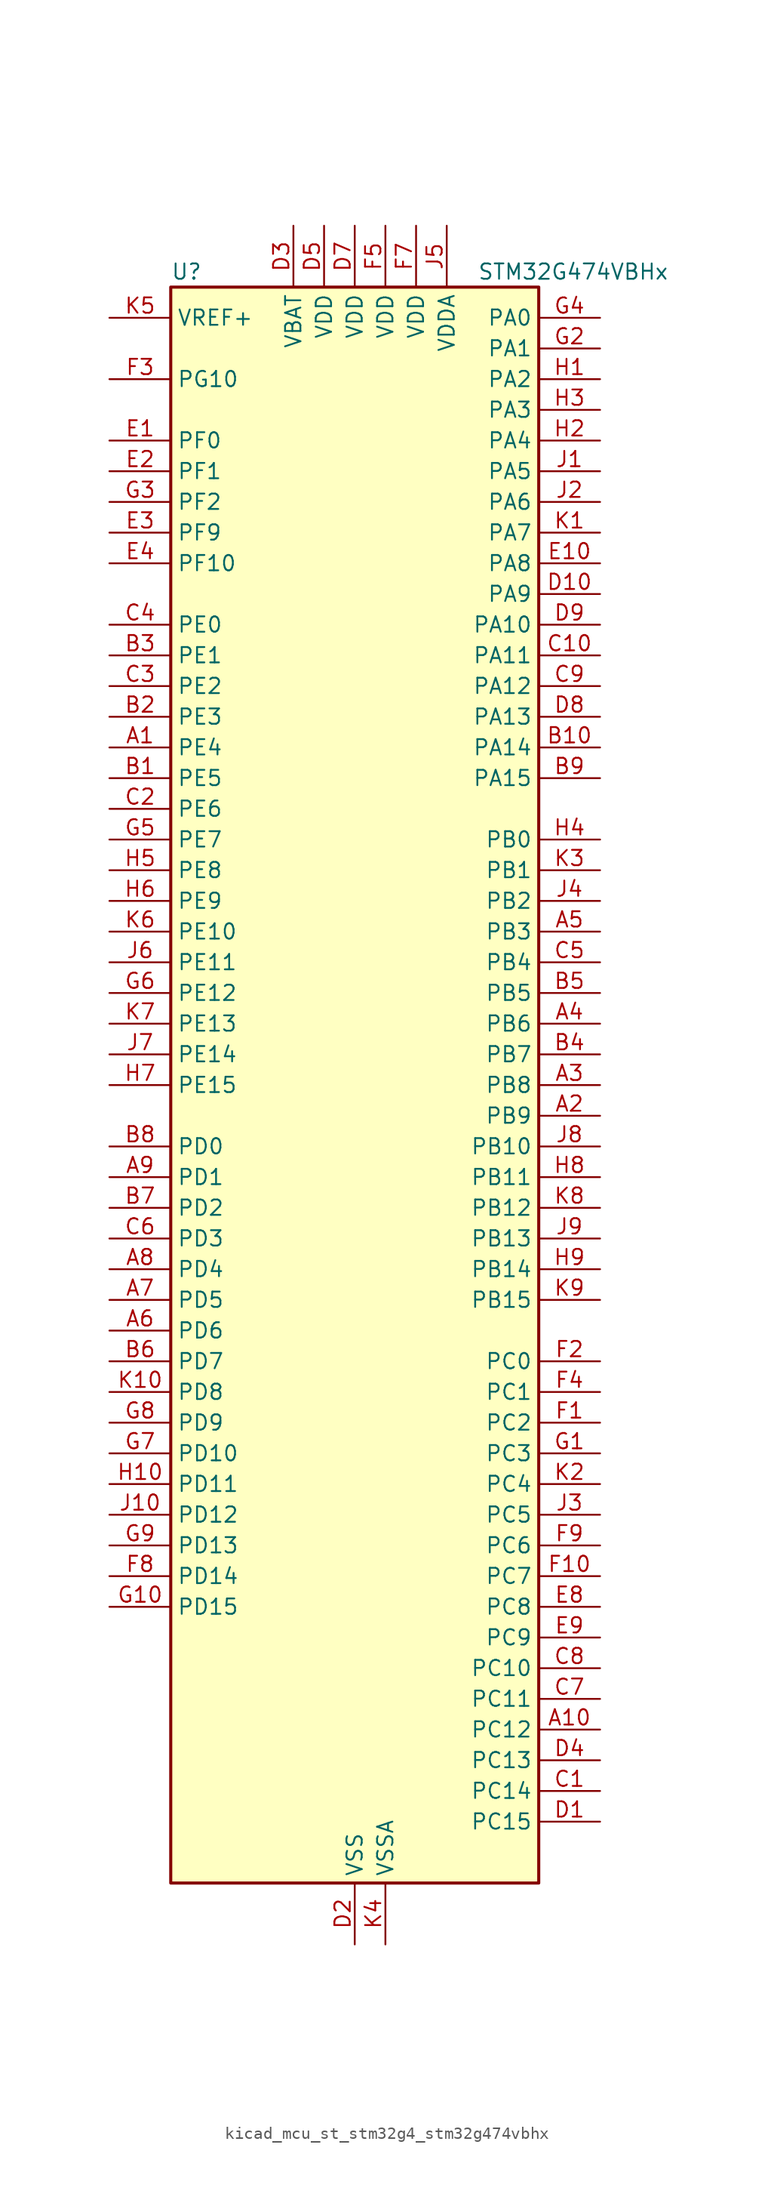
<source format=kicad_sym>
(kicad_symbol_lib
  (version 20220914)
  (generator kicad_symbol_editor)
  (symbol "kicad_mcu_st_stm32g4_stm32g474vbhx"
    (property "Reference" "U"
      (at -15.24 67.31 0)
      (effects (font (size 1.27 1.27)) (justify left)))
    (property "Value" "STM32G474VBHx"
      (at 10.16 67.31 0)
      (effects (font (size 1.27 1.27)) (justify left)))
    (property "ki_locked" ""
      (at 0 0 0)
      (effects (font (size 1.27 1.27))))
    (symbol "kicad_mcu_st_stm32g4_stm32g474vbhx_0_1"
      (rectangle (start -15.24 -66.04) (end 15.24 66.04) (stroke (width 0.254) (type default)) (fill (type background))))
    (symbol "kicad_mcu_st_stm32g4_stm32g474vbhx_1_1"
      (pin bidirectional line (at -20.32 27.94 0) (length 5.08) (name "PE4" (effects (font (size 1.27 1.27)))) (number "A1" (effects (font (size 1.27 1.27)))) (alternate "FMC_A20" bidirectional line) (alternate "SAI1_D2" bidirectional line) (alternate "SAI1_FS_A" bidirectional line) (alternate "SPI4_NSS" bidirectional line) (alternate "SYS_TRACED1" bidirectional line) (alternate "TIM20_CH1N" bidirectional line) (alternate "TIM3_CH3" bidirectional line))
      (pin bidirectional line (at 20.32 -53.34 180) (length 5.08) (name "PC12" (effects (font (size 1.27 1.27)))) (number "A10" (effects (font (size 1.27 1.27)))) (alternate "HRTIM1_EEV1" bidirectional line) (alternate "I2S3_SD" bidirectional line) (alternate "SPI3_MOSI" bidirectional line) (alternate "TIM5_CH2" bidirectional line) (alternate "TIM8_CH3N" bidirectional line) (alternate "UART5_TX" bidirectional line) (alternate "UCPD1_FRSTX1" bidirectional line) (alternate "UCPD1_FRSTX2" bidirectional line) (alternate "USART3_CK" bidirectional line))
      (pin bidirectional line (at 20.32 -2.54 180) (length 5.08) (name "PB9" (effects (font (size 1.27 1.27)))) (number "A2" (effects (font (size 1.27 1.27)))) (alternate "COMP2_OUT" bidirectional line) (alternate "DAC1_EXTI9" bidirectional line) (alternate "DAC2_EXTI9" bidirectional line) (alternate "DAC3_EXTI9" bidirectional line) (alternate "DAC4_EXTI9" bidirectional line) (alternate "FDCAN1_TX" bidirectional line) (alternate "HRTIM1_EEV5" bidirectional line) (alternate "I2C1_SDA" bidirectional line) (alternate "IR_OUT" bidirectional line) (alternate "SAI1_D2" bidirectional line) (alternate "SAI1_FS_A" bidirectional line) (alternate "TIM17_CH1" bidirectional line) (alternate "TIM1_CH3N" bidirectional line) (alternate "TIM4_CH4" bidirectional line) (alternate "TIM8_CH3" bidirectional line) (alternate "USART3_TX" bidirectional line))
      (pin bidirectional line (at 20.32 0 180) (length 5.08) (name "PB8" (effects (font (size 1.27 1.27)))) (number "A3" (effects (font (size 1.27 1.27)))) (alternate "COMP1_OUT" bidirectional line) (alternate "FDCAN1_RX" bidirectional line) (alternate "HRTIM1_EEV8" bidirectional line) (alternate "I2C1_SCL" bidirectional line) (alternate "SAI1_CK1" bidirectional line) (alternate "SAI1_MCLK_A" bidirectional line) (alternate "TIM16_CH1" bidirectional line) (alternate "TIM1_BKIN" bidirectional line) (alternate "TIM4_CH3" bidirectional line) (alternate "TIM8_CH2" bidirectional line) (alternate "USART3_RX" bidirectional line))
      (pin bidirectional line (at 20.32 5.08 180) (length 5.08) (name "PB6" (effects (font (size 1.27 1.27)))) (number "A4" (effects (font (size 1.27 1.27)))) (alternate "COMP4_OUT" bidirectional line) (alternate "FDCAN2_TX" bidirectional line) (alternate "HRTIM1_EEV4" bidirectional line) (alternate "HRTIM1_SCIN" bidirectional line) (alternate "LPTIM1_ETR" bidirectional line) (alternate "SAI1_FS_B" bidirectional line) (alternate "TIM16_CH1N" bidirectional line) (alternate "TIM4_CH1" bidirectional line) (alternate "TIM8_BKIN2" bidirectional line) (alternate "TIM8_CH1" bidirectional line) (alternate "TIM8_ETR" bidirectional line) (alternate "UCPD1_CC1" bidirectional line) (alternate "USART1_TX" bidirectional line))
      (pin bidirectional line (at 20.32 12.7 180) (length 5.08) (name "PB3" (effects (font (size 1.27 1.27)))) (number "A5" (effects (font (size 1.27 1.27)))) (alternate "ADC3_EXTI3" bidirectional line) (alternate "ADC4_EXTI3" bidirectional line) (alternate "ADC5_EXTI3" bidirectional line) (alternate "CRS_SYNC" bidirectional line) (alternate "FDCAN3_RX" bidirectional line) (alternate "HRTIM1_EEV9" bidirectional line) (alternate "HRTIM1_SCOUT" bidirectional line) (alternate "I2S3_CK" bidirectional line) (alternate "SAI1_SCK_B" bidirectional line) (alternate "SPI1_SCK" bidirectional line) (alternate "SPI3_SCK" bidirectional line) (alternate "SYS_JTDO-SWO" bidirectional line) (alternate "TIM2_CH2" bidirectional line) (alternate "TIM3_ETR" bidirectional line) (alternate "TIM4_ETR" bidirectional line) (alternate "TIM8_CH1N" bidirectional line) (alternate "USART2_TX" bidirectional line))
      (pin bidirectional line (at -20.32 -20.32 0) (length 5.08) (name "PD6" (effects (font (size 1.27 1.27)))) (number "A6" (effects (font (size 1.27 1.27)))) (alternate "FMC_NWAIT" bidirectional line) (alternate "QUADSPI1_BK2_IO2" bidirectional line) (alternate "SAI1_D1" bidirectional line) (alternate "SAI1_SD_A" bidirectional line) (alternate "TIM2_CH4" bidirectional line) (alternate "USART2_RX" bidirectional line))
      (pin bidirectional line (at -20.32 -17.78 0) (length 5.08) (name "PD5" (effects (font (size 1.27 1.27)))) (number "A7" (effects (font (size 1.27 1.27)))) (alternate "FMC_NWE" bidirectional line) (alternate "QUADSPI1_BK2_IO1" bidirectional line) (alternate "USART2_TX" bidirectional line))
      (pin bidirectional line (at -20.32 -15.24 0) (length 5.08) (name "PD4" (effects (font (size 1.27 1.27)))) (number "A8" (effects (font (size 1.27 1.27)))) (alternate "FMC_NOE" bidirectional line) (alternate "QUADSPI1_BK2_IO0" bidirectional line) (alternate "TIM2_CH2" bidirectional line) (alternate "USART2_DE" bidirectional line) (alternate "USART2_RTS" bidirectional line))
      (pin bidirectional line (at -20.32 -7.62 0) (length 5.08) (name "PD1" (effects (font (size 1.27 1.27)))) (number "A9" (effects (font (size 1.27 1.27)))) (alternate "FDCAN1_TX" bidirectional line) (alternate "FMC_D3" bidirectional line) (alternate "FMC_DA3" bidirectional line) (alternate "TIM8_BKIN2" bidirectional line) (alternate "TIM8_CH4" bidirectional line))
      (pin bidirectional line (at -20.32 25.4 0) (length 5.08) (name "PE5" (effects (font (size 1.27 1.27)))) (number "B1" (effects (font (size 1.27 1.27)))) (alternate "FMC_A21" bidirectional line) (alternate "SAI1_CK2" bidirectional line) (alternate "SAI1_SCK_A" bidirectional line) (alternate "SPI4_MISO" bidirectional line) (alternate "SYS_TRACED2" bidirectional line) (alternate "TIM20_CH2N" bidirectional line) (alternate "TIM3_CH4" bidirectional line))
      (pin bidirectional line (at 20.32 27.94 180) (length 5.08) (name "PA14" (effects (font (size 1.27 1.27)))) (number "B10" (effects (font (size 1.27 1.27)))) (alternate "I2C1_SDA" bidirectional line) (alternate "I2C4_SMBA" bidirectional line) (alternate "LPTIM1_OUT" bidirectional line) (alternate "SAI1_FS_B" bidirectional line) (alternate "SYS_JTCK-SWCLK" bidirectional line) (alternate "TIM1_BKIN" bidirectional line) (alternate "TIM8_CH2" bidirectional line) (alternate "USART2_TX" bidirectional line))
      (pin bidirectional line (at -20.32 30.48 0) (length 5.08) (name "PE3" (effects (font (size 1.27 1.27)))) (number "B2" (effects (font (size 1.27 1.27)))) (alternate "ADC3_EXTI3" bidirectional line) (alternate "ADC4_EXTI3" bidirectional line) (alternate "ADC5_EXTI3" bidirectional line) (alternate "FMC_A19" bidirectional line) (alternate "SAI1_SD_B" bidirectional line) (alternate "SPI4_NSS" bidirectional line) (alternate "SYS_TRACED0" bidirectional line) (alternate "TIM20_CH2" bidirectional line) (alternate "TIM3_CH2" bidirectional line))
      (pin bidirectional line (at -20.32 35.56 0) (length 5.08) (name "PE1" (effects (font (size 1.27 1.27)))) (number "B3" (effects (font (size 1.27 1.27)))) (alternate "FMC_NBL1" bidirectional line) (alternate "TIM17_CH1" bidirectional line) (alternate "TIM20_CH4" bidirectional line) (alternate "USART1_RX" bidirectional line))
      (pin bidirectional line (at 20.32 2.54 180) (length 5.08) (name "PB7" (effects (font (size 1.27 1.27)))) (number "B4" (effects (font (size 1.27 1.27)))) (alternate "COMP3_OUT" bidirectional line) (alternate "FMC_NL" bidirectional line) (alternate "HRTIM1_EEV3" bidirectional line) (alternate "I2C1_SDA" bidirectional line) (alternate "I2C4_SDA" bidirectional line) (alternate "LPTIM1_IN2" bidirectional line) (alternate "SYS_PVD_IN" bidirectional line) (alternate "TIM17_CH1N" bidirectional line) (alternate "TIM3_CH4" bidirectional line) (alternate "TIM4_CH2" bidirectional line) (alternate "TIM8_BKIN" bidirectional line) (alternate "UART4_CTS" bidirectional line) (alternate "USART1_RX" bidirectional line))
      (pin bidirectional line (at 20.32 7.62 180) (length 5.08) (name "PB5" (effects (font (size 1.27 1.27)))) (number "B5" (effects (font (size 1.27 1.27)))) (alternate "FDCAN2_RX" bidirectional line) (alternate "HRTIM1_EEV6" bidirectional line) (alternate "I2C1_SMBA" bidirectional line) (alternate "I2C3_SDA" bidirectional line) (alternate "I2S3_SD" bidirectional line) (alternate "LPTIM1_IN1" bidirectional line) (alternate "SAI1_SD_B" bidirectional line) (alternate "SPI1_MOSI" bidirectional line) (alternate "SPI3_MOSI" bidirectional line) (alternate "TIM16_BKIN" bidirectional line) (alternate "TIM17_CH1" bidirectional line) (alternate "TIM3_CH2" bidirectional line) (alternate "TIM8_CH3N" bidirectional line) (alternate "UART5_CTS" bidirectional line) (alternate "USART2_CK" bidirectional line))
      (pin bidirectional line (at -20.32 -22.86 0) (length 5.08) (name "PD7" (effects (font (size 1.27 1.27)))) (number "B6" (effects (font (size 1.27 1.27)))) (alternate "FMC_NCE" bidirectional line) (alternate "FMC_NE1" bidirectional line) (alternate "QUADSPI1_BK2_IO3" bidirectional line) (alternate "TIM2_CH3" bidirectional line) (alternate "USART2_CK" bidirectional line))
      (pin bidirectional line (at -20.32 -10.16 0) (length 5.08) (name "PD2" (effects (font (size 1.27 1.27)))) (number "B7" (effects (font (size 1.27 1.27)))) (alternate "ADC3_EXTI2" bidirectional line) (alternate "ADC4_EXTI2" bidirectional line) (alternate "ADC5_EXTI2" bidirectional line) (alternate "TIM3_ETR" bidirectional line) (alternate "TIM8_BKIN" bidirectional line) (alternate "UART5_RX" bidirectional line))
      (pin bidirectional line (at -20.32 -5.08 0) (length 5.08) (name "PD0" (effects (font (size 1.27 1.27)))) (number "B8" (effects (font (size 1.27 1.27)))) (alternate "FDCAN1_RX" bidirectional line) (alternate "FMC_D2" bidirectional line) (alternate "FMC_DA2" bidirectional line) (alternate "TIM8_CH4N" bidirectional line))
      (pin bidirectional line (at 20.32 25.4 180) (length 5.08) (name "PA15" (effects (font (size 1.27 1.27)))) (number "B9" (effects (font (size 1.27 1.27)))) (alternate "ADC1_EXTI15" bidirectional line) (alternate "ADC2_EXTI15" bidirectional line) (alternate "FDCAN3_TX" bidirectional line) (alternate "HRTIM1_FLT2" bidirectional line) (alternate "I2C1_SCL" bidirectional line) (alternate "I2S3_WS" bidirectional line) (alternate "SPI1_NSS" bidirectional line) (alternate "SPI3_NSS" bidirectional line) (alternate "SYS_JTDI" bidirectional line) (alternate "TIM1_BKIN" bidirectional line) (alternate "TIM2_CH1" bidirectional line) (alternate "TIM2_ETR" bidirectional line) (alternate "TIM8_CH1" bidirectional line) (alternate "UART4_DE" bidirectional line) (alternate "UART4_RTS" bidirectional line) (alternate "USART2_RX" bidirectional line))
      (pin bidirectional line (at 20.32 -58.42 180) (length 5.08) (name "PC14" (effects (font (size 1.27 1.27)))) (number "C1" (effects (font (size 1.27 1.27)))) (alternate "RCC_OSC32_IN" bidirectional line))
      (pin bidirectional line (at 20.32 35.56 180) (length 5.08) (name "PA11" (effects (font (size 1.27 1.27)))) (number "C10" (effects (font (size 1.27 1.27)))) (alternate "ADC1_EXTI11" bidirectional line) (alternate "ADC2_EXTI11" bidirectional line) (alternate "COMP1_OUT" bidirectional line) (alternate "FDCAN1_RX" bidirectional line) (alternate "HRTIM1_CHB2" bidirectional line) (alternate "I2S2_SD" bidirectional line) (alternate "SPI2_MOSI" bidirectional line) (alternate "TIM1_BKIN2" bidirectional line) (alternate "TIM1_CH1N" bidirectional line) (alternate "TIM1_CH4" bidirectional line) (alternate "TIM4_CH1" bidirectional line) (alternate "USART1_CTS" bidirectional line) (alternate "USART1_NSS" bidirectional line) (alternate "USB_DM" bidirectional line))
      (pin bidirectional line (at -20.32 22.86 0) (length 5.08) (name "PE6" (effects (font (size 1.27 1.27)))) (number "C2" (effects (font (size 1.27 1.27)))) (alternate "FMC_A22" bidirectional line) (alternate "RTC_TAMP3" bidirectional line) (alternate "SAI1_D1" bidirectional line) (alternate "SAI1_SD_A" bidirectional line) (alternate "SPI4_MOSI" bidirectional line) (alternate "SYS_TRACED3" bidirectional line) (alternate "SYS_WKUP3" bidirectional line) (alternate "TIM20_CH3N" bidirectional line))
      (pin bidirectional line (at -20.32 33.02 0) (length 5.08) (name "PE2" (effects (font (size 1.27 1.27)))) (number "C3" (effects (font (size 1.27 1.27)))) (alternate "ADC3_EXTI2" bidirectional line) (alternate "ADC4_EXTI2" bidirectional line) (alternate "ADC5_EXTI2" bidirectional line) (alternate "FMC_A23" bidirectional line) (alternate "SAI1_CK1" bidirectional line) (alternate "SAI1_MCLK_A" bidirectional line) (alternate "SPI4_SCK" bidirectional line) (alternate "SYS_TRACECLK" bidirectional line) (alternate "TIM20_CH1" bidirectional line) (alternate "TIM3_CH1" bidirectional line))
      (pin bidirectional line (at -20.32 38.1 0) (length 5.08) (name "PE0" (effects (font (size 1.27 1.27)))) (number "C4" (effects (font (size 1.27 1.27)))) (alternate "FMC_NBL0" bidirectional line) (alternate "TIM16_CH1" bidirectional line) (alternate "TIM20_CH4N" bidirectional line) (alternate "TIM20_ETR" bidirectional line) (alternate "TIM4_ETR" bidirectional line) (alternate "USART1_TX" bidirectional line))
      (pin bidirectional line (at 20.32 10.16 180) (length 5.08) (name "PB4" (effects (font (size 1.27 1.27)))) (number "C5" (effects (font (size 1.27 1.27)))) (alternate "FDCAN3_TX" bidirectional line) (alternate "HRTIM1_EEV7" bidirectional line) (alternate "SAI1_MCLK_B" bidirectional line) (alternate "SPI1_MISO" bidirectional line) (alternate "SPI3_MISO" bidirectional line) (alternate "SYS_JTRST" bidirectional line) (alternate "TIM16_CH1" bidirectional line) (alternate "TIM17_BKIN" bidirectional line) (alternate "TIM3_CH1" bidirectional line) (alternate "TIM8_CH2N" bidirectional line) (alternate "UART5_DE" bidirectional line) (alternate "UART5_RTS" bidirectional line) (alternate "UCPD1_CC2" bidirectional line) (alternate "USART2_RX" bidirectional line))
      (pin bidirectional line (at -20.32 -12.7 0) (length 5.08) (name "PD3" (effects (font (size 1.27 1.27)))) (number "C6" (effects (font (size 1.27 1.27)))) (alternate "ADC3_EXTI3" bidirectional line) (alternate "ADC4_EXTI3" bidirectional line) (alternate "ADC5_EXTI3" bidirectional line) (alternate "FMC_CLK" bidirectional line) (alternate "QUADSPI1_BK2_NCS" bidirectional line) (alternate "TIM2_CH1" bidirectional line) (alternate "TIM2_ETR" bidirectional line) (alternate "USART2_CTS" bidirectional line) (alternate "USART2_NSS" bidirectional line))
      (pin bidirectional line (at 20.32 -50.8 180) (length 5.08) (name "PC11" (effects (font (size 1.27 1.27)))) (number "C7" (effects (font (size 1.27 1.27)))) (alternate "ADC1_EXTI11" bidirectional line) (alternate "ADC2_EXTI11" bidirectional line) (alternate "HRTIM1_EEV2" bidirectional line) (alternate "I2C3_SDA" bidirectional line) (alternate "SPI3_MISO" bidirectional line) (alternate "TIM8_CH2N" bidirectional line) (alternate "UART4_RX" bidirectional line) (alternate "USART3_RX" bidirectional line))
      (pin bidirectional line (at 20.32 -48.26 180) (length 5.08) (name "PC10" (effects (font (size 1.27 1.27)))) (number "C8" (effects (font (size 1.27 1.27)))) (alternate "DAC1_EXTI10" bidirectional line) (alternate "DAC2_EXTI10" bidirectional line) (alternate "DAC3_EXTI10" bidirectional line) (alternate "DAC4_EXTI10" bidirectional line) (alternate "HRTIM1_FLT6" bidirectional line) (alternate "I2S3_CK" bidirectional line) (alternate "SPI3_SCK" bidirectional line) (alternate "TIM8_CH1N" bidirectional line) (alternate "UART4_TX" bidirectional line) (alternate "USART3_TX" bidirectional line))
      (pin bidirectional line (at 20.32 33.02 180) (length 5.08) (name "PA12" (effects (font (size 1.27 1.27)))) (number "C9" (effects (font (size 1.27 1.27)))) (alternate "COMP2_OUT" bidirectional line) (alternate "FDCAN1_TX" bidirectional line) (alternate "HRTIM1_FLT1" bidirectional line) (alternate "I2S_CKIN" bidirectional line) (alternate "TIM16_CH1" bidirectional line) (alternate "TIM1_CH2N" bidirectional line) (alternate "TIM1_ETR" bidirectional line) (alternate "TIM4_CH2" bidirectional line) (alternate "USART1_DE" bidirectional line) (alternate "USART1_RTS" bidirectional line) (alternate "USB_DP" bidirectional line))
      (pin bidirectional line (at 20.32 -60.96 180) (length 5.08) (name "PC15" (effects (font (size 1.27 1.27)))) (number "D1" (effects (font (size 1.27 1.27)))) (alternate "ADC1_EXTI15" bidirectional line) (alternate "ADC2_EXTI15" bidirectional line) (alternate "RCC_OSC32_OUT" bidirectional line))
      (pin bidirectional line (at 20.32 40.64 180) (length 5.08) (name "PA9" (effects (font (size 1.27 1.27)))) (number "D10" (effects (font (size 1.27 1.27)))) (alternate "ADC5_IN2" bidirectional line) (alternate "COMP5_OUT" bidirectional line) (alternate "DAC1_EXTI9" bidirectional line) (alternate "DAC2_EXTI9" bidirectional line) (alternate "DAC3_EXTI9" bidirectional line) (alternate "DAC4_EXTI9" bidirectional line) (alternate "HRTIM1_CHA2" bidirectional line) (alternate "I2C2_SCL" bidirectional line) (alternate "I2C3_SMBA" bidirectional line) (alternate "I2S3_MCK" bidirectional line) (alternate "SAI1_FS_A" bidirectional line) (alternate "TIM15_BKIN" bidirectional line) (alternate "TIM1_CH2" bidirectional line) (alternate "TIM2_CH3" bidirectional line) (alternate "UCPD1_DBCC1" bidirectional line) (alternate "USART1_TX" bidirectional line))
      (pin power_in line (at 0 -71.12 90) (length 5.08) (name "VSS" (effects (font (size 1.27 1.27)))) (number "D2" (effects (font (size 1.27 1.27)))))
      (pin power_in line (at -5.08 71.12 270) (length 5.08) (name "VBAT" (effects (font (size 1.27 1.27)))) (number "D3" (effects (font (size 1.27 1.27)))))
      (pin bidirectional line (at 20.32 -55.88 180) (length 5.08) (name "PC13" (effects (font (size 1.27 1.27)))) (number "D4" (effects (font (size 1.27 1.27)))) (alternate "RTC_OUT1" bidirectional line) (alternate "RTC_TAMP1" bidirectional line) (alternate "RTC_TS" bidirectional line) (alternate "SYS_WKUP2" bidirectional line) (alternate "TIM1_BKIN" bidirectional line) (alternate "TIM1_CH1N" bidirectional line) (alternate "TIM8_CH4N" bidirectional line))
      (pin power_in line (at -2.54 71.12 270) (length 5.08) (name "VDD" (effects (font (size 1.27 1.27)))) (number "D5" (effects (font (size 1.27 1.27)))))
      (pin passive line (at 0 -71.12 90) (length 5.08) hide (name "VSS" (effects (font (size 1.27 1.27)))) (number "D6" (effects (font (size 1.27 1.27)))))
      (pin power_in line (at 0 71.12 270) (length 5.08) (name "VDD" (effects (font (size 1.27 1.27)))) (number "D7" (effects (font (size 1.27 1.27)))))
      (pin bidirectional line (at 20.32 30.48 180) (length 5.08) (name "PA13" (effects (font (size 1.27 1.27)))) (number "D8" (effects (font (size 1.27 1.27)))) (alternate "I2C1_SCL" bidirectional line) (alternate "I2C4_SCL" bidirectional line) (alternate "IR_OUT" bidirectional line) (alternate "SAI1_SD_B" bidirectional line) (alternate "SYS_JTMS-SWDIO" bidirectional line) (alternate "TIM16_CH1N" bidirectional line) (alternate "TIM4_CH3" bidirectional line) (alternate "USART3_CTS" bidirectional line) (alternate "USART3_NSS" bidirectional line))
      (pin bidirectional line (at 20.32 38.1 180) (length 5.08) (name "PA10" (effects (font (size 1.27 1.27)))) (number "D9" (effects (font (size 1.27 1.27)))) (alternate "COMP6_OUT" bidirectional line) (alternate "CRS_SYNC" bidirectional line) (alternate "DAC1_EXTI10" bidirectional line) (alternate "DAC2_EXTI10" bidirectional line) (alternate "DAC3_EXTI10" bidirectional line) (alternate "DAC4_EXTI10" bidirectional line) (alternate "HRTIM1_CHB1" bidirectional line) (alternate "I2C2_SMBA" bidirectional line) (alternate "SAI1_D1" bidirectional line) (alternate "SAI1_SD_A" bidirectional line) (alternate "SPI2_MISO" bidirectional line) (alternate "TIM17_BKIN" bidirectional line) (alternate "TIM1_CH3" bidirectional line) (alternate "TIM2_CH4" bidirectional line) (alternate "TIM8_BKIN" bidirectional line) (alternate "UCPD1_DBCC2" bidirectional line) (alternate "USART1_RX" bidirectional line))
      (pin bidirectional line (at -20.32 53.34 0) (length 5.08) (name "PF0" (effects (font (size 1.27 1.27)))) (number "E1" (effects (font (size 1.27 1.27)))) (alternate "ADC1_IN10" bidirectional line) (alternate "I2C2_SDA" bidirectional line) (alternate "I2S2_WS" bidirectional line) (alternate "RCC_OSC_IN" bidirectional line) (alternate "SPI2_NSS" bidirectional line) (alternate "TIM1_CH3N" bidirectional line))
      (pin bidirectional line (at 20.32 43.18 180) (length 5.08) (name "PA8" (effects (font (size 1.27 1.27)))) (number "E10" (effects (font (size 1.27 1.27)))) (alternate "ADC5_IN1" bidirectional line) (alternate "COMP7_OUT" bidirectional line) (alternate "FDCAN3_RX" bidirectional line) (alternate "HRTIM1_CHA1" bidirectional line) (alternate "I2C2_SDA" bidirectional line) (alternate "I2C3_SCL" bidirectional line) (alternate "I2S2_MCK" bidirectional line) (alternate "OPAMP5_VOUT" bidirectional line) (alternate "RCC_MCO" bidirectional line) (alternate "SAI1_CK2" bidirectional line) (alternate "SAI1_SCK_A" bidirectional line) (alternate "TIM1_CH1" bidirectional line) (alternate "TIM4_ETR" bidirectional line) (alternate "USART1_CK" bidirectional line))
      (pin bidirectional line (at -20.32 50.8 0) (length 5.08) (name "PF1" (effects (font (size 1.27 1.27)))) (number "E2" (effects (font (size 1.27 1.27)))) (alternate "ADC2_IN10" bidirectional line) (alternate "COMP3_INM" bidirectional line) (alternate "I2S2_CK" bidirectional line) (alternate "RCC_OSC_OUT" bidirectional line) (alternate "SPI2_SCK" bidirectional line))
      (pin bidirectional line (at -20.32 45.72 0) (length 5.08) (name "PF9" (effects (font (size 1.27 1.27)))) (number "E3" (effects (font (size 1.27 1.27)))) (alternate "DAC1_EXTI9" bidirectional line) (alternate "DAC2_EXTI9" bidirectional line) (alternate "DAC3_EXTI9" bidirectional line) (alternate "DAC4_EXTI9" bidirectional line) (alternate "FMC_A25" bidirectional line) (alternate "QUADSPI1_BK1_IO1" bidirectional line) (alternate "SAI1_FS_B" bidirectional line) (alternate "SPI2_SCK" bidirectional line) (alternate "TIM15_CH1" bidirectional line) (alternate "TIM20_BKIN" bidirectional line) (alternate "TIM5_CH4" bidirectional line))
      (pin bidirectional line (at -20.32 43.18 0) (length 5.08) (name "PF10" (effects (font (size 1.27 1.27)))) (number "E4" (effects (font (size 1.27 1.27)))) (alternate "DAC1_EXTI10" bidirectional line) (alternate "DAC2_EXTI10" bidirectional line) (alternate "DAC3_EXTI10" bidirectional line) (alternate "DAC4_EXTI10" bidirectional line) (alternate "FMC_A0" bidirectional line) (alternate "QUADSPI1_CLK" bidirectional line) (alternate "SAI1_D3" bidirectional line) (alternate "SPI2_SCK" bidirectional line) (alternate "TIM15_CH2" bidirectional line) (alternate "TIM20_BKIN2" bidirectional line))
      (pin passive line (at 0 -71.12 90) (length 5.08) hide (name "VSS" (effects (font (size 1.27 1.27)))) (number "E5" (effects (font (size 1.27 1.27)))))
      (pin passive line (at 0 -71.12 90) (length 5.08) hide (name "VSS" (effects (font (size 1.27 1.27)))) (number "E6" (effects (font (size 1.27 1.27)))))
      (pin passive line (at 0 -71.12 90) (length 5.08) hide (name "VSS" (effects (font (size 1.27 1.27)))) (number "E7" (effects (font (size 1.27 1.27)))))
      (pin bidirectional line (at 20.32 -43.18 180) (length 5.08) (name "PC8" (effects (font (size 1.27 1.27)))) (number "E8" (effects (font (size 1.27 1.27)))) (alternate "COMP7_OUT" bidirectional line) (alternate "HRTIM1_CHE1" bidirectional line) (alternate "I2C3_SCL" bidirectional line) (alternate "TIM20_CH3" bidirectional line) (alternate "TIM3_CH3" bidirectional line) (alternate "TIM8_CH3" bidirectional line))
      (pin bidirectional line (at 20.32 -45.72 180) (length 5.08) (name "PC9" (effects (font (size 1.27 1.27)))) (number "E9" (effects (font (size 1.27 1.27)))) (alternate "DAC1_EXTI9" bidirectional line) (alternate "DAC2_EXTI9" bidirectional line) (alternate "DAC3_EXTI9" bidirectional line) (alternate "DAC4_EXTI9" bidirectional line) (alternate "HRTIM1_CHE2" bidirectional line) (alternate "I2C3_SDA" bidirectional line) (alternate "I2S_CKIN" bidirectional line) (alternate "TIM3_CH4" bidirectional line) (alternate "TIM8_BKIN2" bidirectional line) (alternate "TIM8_CH4" bidirectional line))
      (pin bidirectional line (at 20.32 -27.94 180) (length 5.08) (name "PC2" (effects (font (size 1.27 1.27)))) (number "F1" (effects (font (size 1.27 1.27)))) (alternate "ADC1_IN8" bidirectional line) (alternate "ADC2_IN8" bidirectional line) (alternate "ADC3_EXTI2" bidirectional line) (alternate "ADC4_EXTI2" bidirectional line) (alternate "ADC5_EXTI2" bidirectional line) (alternate "COMP3_OUT" bidirectional line) (alternate "LPTIM1_IN2" bidirectional line) (alternate "QUADSPI1_BK2_IO1" bidirectional line) (alternate "TIM1_CH3" bidirectional line) (alternate "TIM20_CH2" bidirectional line))
      (pin bidirectional line (at 20.32 -40.64 180) (length 5.08) (name "PC7" (effects (font (size 1.27 1.27)))) (number "F10" (effects (font (size 1.27 1.27)))) (alternate "COMP5_OUT" bidirectional line) (alternate "HRTIM1_CHF2" bidirectional line) (alternate "HRTIM1_FLT5" bidirectional line) (alternate "I2C4_SDA" bidirectional line) (alternate "I2S3_MCK" bidirectional line) (alternate "TIM3_CH2" bidirectional line) (alternate "TIM8_CH2" bidirectional line))
      (pin bidirectional line (at 20.32 -22.86 180) (length 5.08) (name "PC0" (effects (font (size 1.27 1.27)))) (number "F2" (effects (font (size 1.27 1.27)))) (alternate "ADC1_IN6" bidirectional line) (alternate "ADC2_IN6" bidirectional line) (alternate "COMP3_INM" bidirectional line) (alternate "LPTIM1_IN1" bidirectional line) (alternate "LPUART1_RX" bidirectional line) (alternate "TIM1_CH1" bidirectional line))
      (pin bidirectional line (at -20.32 58.42 0) (length 5.08) (name "PG10" (effects (font (size 1.27 1.27)))) (number "F3" (effects (font (size 1.27 1.27)))) (alternate "DAC1_EXTI10" bidirectional line) (alternate "DAC2_EXTI10" bidirectional line) (alternate "DAC3_EXTI10" bidirectional line) (alternate "DAC4_EXTI10" bidirectional line) (alternate "RCC_MCO" bidirectional line))
      (pin bidirectional line (at 20.32 -25.4 180) (length 5.08) (name "PC1" (effects (font (size 1.27 1.27)))) (number "F4" (effects (font (size 1.27 1.27)))) (alternate "ADC1_IN7" bidirectional line) (alternate "ADC2_IN7" bidirectional line) (alternate "COMP3_INP" bidirectional line) (alternate "LPTIM1_OUT" bidirectional line) (alternate "LPUART1_TX" bidirectional line) (alternate "QUADSPI1_BK2_IO0" bidirectional line) (alternate "SAI1_SD_A" bidirectional line) (alternate "TIM1_CH2" bidirectional line))
      (pin power_in line (at 2.54 71.12 270) (length 5.08) (name "VDD" (effects (font (size 1.27 1.27)))) (number "F5" (effects (font (size 1.27 1.27)))))
      (pin passive line (at 0 -71.12 90) (length 5.08) hide (name "VSS" (effects (font (size 1.27 1.27)))) (number "F6" (effects (font (size 1.27 1.27)))))
      (pin power_in line (at 5.08 71.12 270) (length 5.08) (name "VDD" (effects (font (size 1.27 1.27)))) (number "F7" (effects (font (size 1.27 1.27)))))
      (pin bidirectional line (at -20.32 -40.64 0) (length 5.08) (name "PD14" (effects (font (size 1.27 1.27)))) (number "F8" (effects (font (size 1.27 1.27)))) (alternate "ADC3_IN11" bidirectional line) (alternate "ADC4_IN11" bidirectional line) (alternate "ADC5_IN11" bidirectional line) (alternate "COMP7_INP" bidirectional line) (alternate "FMC_D0" bidirectional line) (alternate "FMC_DA0" bidirectional line) (alternate "OPAMP2_VINP" bidirectional line) (alternate "OPAMP2_VINP_SEC" bidirectional line) (alternate "TIM4_CH3" bidirectional line))
      (pin bidirectional line (at 20.32 -38.1 180) (length 5.08) (name "PC6" (effects (font (size 1.27 1.27)))) (number "F9" (effects (font (size 1.27 1.27)))) (alternate "COMP6_OUT" bidirectional line) (alternate "HRTIM1_CHF1" bidirectional line) (alternate "HRTIM1_EEV10" bidirectional line) (alternate "I2C4_SCL" bidirectional line) (alternate "I2S2_MCK" bidirectional line) (alternate "TIM3_CH1" bidirectional line) (alternate "TIM8_CH1" bidirectional line))
      (pin bidirectional line (at 20.32 -30.48 180) (length 5.08) (name "PC3" (effects (font (size 1.27 1.27)))) (number "G1" (effects (font (size 1.27 1.27)))) (alternate "ADC1_IN9" bidirectional line) (alternate "ADC2_IN9" bidirectional line) (alternate "ADC3_EXTI3" bidirectional line) (alternate "ADC4_EXTI3" bidirectional line) (alternate "ADC5_EXTI3" bidirectional line) (alternate "LPTIM1_ETR" bidirectional line) (alternate "OPAMP5_VINP" bidirectional line) (alternate "OPAMP5_VINP_SEC" bidirectional line) (alternate "QUADSPI1_BK2_IO2" bidirectional line) (alternate "SAI1_D1" bidirectional line) (alternate "SAI1_SD_A" bidirectional line) (alternate "TIM1_BKIN2" bidirectional line) (alternate "TIM1_CH4" bidirectional line))
      (pin bidirectional line (at -20.32 -43.18 0) (length 5.08) (name "PD15" (effects (font (size 1.27 1.27)))) (number "G10" (effects (font (size 1.27 1.27)))) (alternate "ADC1_EXTI15" bidirectional line) (alternate "ADC2_EXTI15" bidirectional line) (alternate "COMP7_INM" bidirectional line) (alternate "FMC_D1" bidirectional line) (alternate "FMC_DA1" bidirectional line) (alternate "SPI2_NSS" bidirectional line) (alternate "TIM4_CH4" bidirectional line))
      (pin bidirectional line (at 20.32 60.96 180) (length 5.08) (name "PA1" (effects (font (size 1.27 1.27)))) (number "G2" (effects (font (size 1.27 1.27)))) (alternate "ADC1_IN2" bidirectional line) (alternate "ADC2_IN2" bidirectional line) (alternate "COMP1_INP" bidirectional line) (alternate "OPAMP1_VINP" bidirectional line) (alternate "OPAMP1_VINP_SEC" bidirectional line) (alternate "OPAMP3_VINP" bidirectional line) (alternate "OPAMP3_VINP_SEC" bidirectional line) (alternate "OPAMP6_VINM" bidirectional line) (alternate "OPAMP6_VINM0" bidirectional line) (alternate "OPAMP6_VINM_SEC" bidirectional line) (alternate "RTC_REFIN" bidirectional line) (alternate "TIM15_CH1N" bidirectional line) (alternate "TIM2_CH2" bidirectional line) (alternate "TIM5_CH2" bidirectional line) (alternate "USART2_DE" bidirectional line) (alternate "USART2_RTS" bidirectional line))
      (pin bidirectional line (at -20.32 48.26 0) (length 5.08) (name "PF2" (effects (font (size 1.27 1.27)))) (number "G3" (effects (font (size 1.27 1.27)))) (alternate "ADC3_EXTI2" bidirectional line) (alternate "ADC4_EXTI2" bidirectional line) (alternate "ADC5_EXTI2" bidirectional line) (alternate "FMC_A2" bidirectional line) (alternate "I2C2_SMBA" bidirectional line) (alternate "TIM20_CH3" bidirectional line))
      (pin bidirectional line (at 20.32 63.5 180) (length 5.08) (name "PA0" (effects (font (size 1.27 1.27)))) (number "G4" (effects (font (size 1.27 1.27)))) (alternate "ADC1_IN1" bidirectional line) (alternate "ADC2_IN1" bidirectional line) (alternate "COMP1_INM" bidirectional line) (alternate "COMP1_OUT" bidirectional line) (alternate "COMP3_INP" bidirectional line) (alternate "RTC_TAMP2" bidirectional line) (alternate "SYS_WKUP1" bidirectional line) (alternate "TIM2_CH1" bidirectional line) (alternate "TIM2_ETR" bidirectional line) (alternate "TIM5_CH1" bidirectional line) (alternate "TIM8_BKIN" bidirectional line) (alternate "TIM8_ETR" bidirectional line) (alternate "USART2_CTS" bidirectional line) (alternate "USART2_NSS" bidirectional line))
      (pin bidirectional line (at -20.32 20.32 0) (length 5.08) (name "PE7" (effects (font (size 1.27 1.27)))) (number "G5" (effects (font (size 1.27 1.27)))) (alternate "ADC3_IN4" bidirectional line) (alternate "COMP4_INP" bidirectional line) (alternate "FMC_D4" bidirectional line) (alternate "FMC_DA4" bidirectional line) (alternate "SAI1_SD_B" bidirectional line) (alternate "TIM1_ETR" bidirectional line))
      (pin bidirectional line (at -20.32 7.62 0) (length 5.08) (name "PE12" (effects (font (size 1.27 1.27)))) (number "G6" (effects (font (size 1.27 1.27)))) (alternate "ADC3_IN16" bidirectional line) (alternate "ADC4_IN16" bidirectional line) (alternate "ADC5_IN16" bidirectional line) (alternate "FMC_D9" bidirectional line) (alternate "FMC_DA9" bidirectional line) (alternate "QUADSPI1_BK1_IO0" bidirectional line) (alternate "SPI4_SCK" bidirectional line) (alternate "TIM1_CH3N" bidirectional line))
      (pin bidirectional line (at -20.32 -30.48 0) (length 5.08) (name "PD10" (effects (font (size 1.27 1.27)))) (number "G7" (effects (font (size 1.27 1.27)))) (alternate "ADC3_IN7" bidirectional line) (alternate "ADC4_IN7" bidirectional line) (alternate "ADC5_IN7" bidirectional line) (alternate "COMP6_INM" bidirectional line) (alternate "DAC1_EXTI10" bidirectional line) (alternate "DAC2_EXTI10" bidirectional line) (alternate "DAC3_EXTI10" bidirectional line) (alternate "DAC4_EXTI10" bidirectional line) (alternate "FMC_D15" bidirectional line) (alternate "FMC_DA15" bidirectional line) (alternate "USART3_CK" bidirectional line))
      (pin bidirectional line (at -20.32 -27.94 0) (length 5.08) (name "PD9" (effects (font (size 1.27 1.27)))) (number "G8" (effects (font (size 1.27 1.27)))) (alternate "ADC4_IN13" bidirectional line) (alternate "ADC5_IN13" bidirectional line) (alternate "DAC1_EXTI9" bidirectional line) (alternate "DAC2_EXTI9" bidirectional line) (alternate "DAC3_EXTI9" bidirectional line) (alternate "DAC4_EXTI9" bidirectional line) (alternate "FMC_D14" bidirectional line) (alternate "FMC_DA14" bidirectional line) (alternate "OPAMP6_VINP" bidirectional line) (alternate "OPAMP6_VINP_SEC" bidirectional line) (alternate "USART3_RX" bidirectional line))
      (pin bidirectional line (at -20.32 -38.1 0) (length 5.08) (name "PD13" (effects (font (size 1.27 1.27)))) (number "G9" (effects (font (size 1.27 1.27)))) (alternate "ADC3_IN10" bidirectional line) (alternate "ADC4_IN10" bidirectional line) (alternate "ADC5_IN10" bidirectional line) (alternate "COMP5_INM" bidirectional line) (alternate "FMC_A18" bidirectional line) (alternate "TIM4_CH2" bidirectional line))
      (pin bidirectional line (at 20.32 58.42 180) (length 5.08) (name "PA2" (effects (font (size 1.27 1.27)))) (number "H1" (effects (font (size 1.27 1.27)))) (alternate "ADC1_IN3" bidirectional line) (alternate "ADC3_EXTI2" bidirectional line) (alternate "ADC4_EXTI2" bidirectional line) (alternate "ADC5_EXTI2" bidirectional line) (alternate "COMP2_INM" bidirectional line) (alternate "COMP2_OUT" bidirectional line) (alternate "LPUART1_TX" bidirectional line) (alternate "OPAMP1_VOUT" bidirectional line) (alternate "QUADSPI1_BK1_NCS" bidirectional line) (alternate "RCC_LSCO" bidirectional line) (alternate "SYS_WKUP4" bidirectional line) (alternate "TIM15_CH1" bidirectional line) (alternate "TIM2_CH3" bidirectional line) (alternate "TIM5_CH3" bidirectional line) (alternate "UCPD1_FRSTX1" bidirectional line) (alternate "UCPD1_FRSTX2" bidirectional line) (alternate "USART2_TX" bidirectional line))
      (pin bidirectional line (at -20.32 -33.02 0) (length 5.08) (name "PD11" (effects (font (size 1.27 1.27)))) (number "H10" (effects (font (size 1.27 1.27)))) (alternate "ADC1_EXTI11" bidirectional line) (alternate "ADC2_EXTI11" bidirectional line) (alternate "ADC3_IN8" bidirectional line) (alternate "ADC4_IN8" bidirectional line) (alternate "ADC5_IN8" bidirectional line) (alternate "COMP6_INP" bidirectional line) (alternate "FMC_A16" bidirectional line) (alternate "FMC_CLE" bidirectional line) (alternate "I2C4_SMBA" bidirectional line) (alternate "OPAMP4_VINP" bidirectional line) (alternate "OPAMP4_VINP_SEC" bidirectional line) (alternate "TIM5_ETR" bidirectional line) (alternate "USART3_CTS" bidirectional line) (alternate "USART3_NSS" bidirectional line))
      (pin bidirectional line (at 20.32 53.34 180) (length 5.08) (name "PA4" (effects (font (size 1.27 1.27)))) (number "H2" (effects (font (size 1.27 1.27)))) (alternate "ADC2_IN17" bidirectional line) (alternate "COMP1_INM" bidirectional line) (alternate "DAC1_OUT1" bidirectional line) (alternate "I2S3_WS" bidirectional line) (alternate "SAI1_FS_B" bidirectional line) (alternate "SPI1_NSS" bidirectional line) (alternate "SPI3_NSS" bidirectional line) (alternate "TIM3_CH2" bidirectional line) (alternate "USART2_CK" bidirectional line))
      (pin bidirectional line (at 20.32 55.88 180) (length 5.08) (name "PA3" (effects (font (size 1.27 1.27)))) (number "H3" (effects (font (size 1.27 1.27)))) (alternate "ADC1_IN4" bidirectional line) (alternate "ADC3_EXTI3" bidirectional line) (alternate "ADC4_EXTI3" bidirectional line) (alternate "ADC5_EXTI3" bidirectional line) (alternate "COMP2_INP" bidirectional line) (alternate "LPUART1_RX" bidirectional line) (alternate "OPAMP1_VINM" bidirectional line) (alternate "OPAMP1_VINM0" bidirectional line) (alternate "OPAMP1_VINM_SEC" bidirectional line) (alternate "OPAMP1_VINP" bidirectional line) (alternate "OPAMP1_VINP_SEC" bidirectional line) (alternate "OPAMP5_VINM" bidirectional line) (alternate "OPAMP5_VINM1" bidirectional line) (alternate "OPAMP5_VINM_SEC" bidirectional line) (alternate "QUADSPI1_CLK" bidirectional line) (alternate "SAI1_CK1" bidirectional line) (alternate "SAI1_MCLK_A" bidirectional line) (alternate "TIM15_CH2" bidirectional line) (alternate "TIM2_CH4" bidirectional line) (alternate "TIM5_CH4" bidirectional line) (alternate "USART2_RX" bidirectional line))
      (pin bidirectional line (at 20.32 20.32 180) (length 5.08) (name "PB0" (effects (font (size 1.27 1.27)))) (number "H4" (effects (font (size 1.27 1.27)))) (alternate "ADC1_IN15" bidirectional line) (alternate "ADC3_IN12" bidirectional line) (alternate "COMP4_INP" bidirectional line) (alternate "HRTIM1_FLT5" bidirectional line) (alternate "OPAMP2_VINP" bidirectional line) (alternate "OPAMP2_VINP_SEC" bidirectional line) (alternate "OPAMP3_VINP" bidirectional line) (alternate "OPAMP3_VINP_SEC" bidirectional line) (alternate "QUADSPI1_BK1_IO1" bidirectional line) (alternate "TIM1_CH2N" bidirectional line) (alternate "TIM3_CH3" bidirectional line) (alternate "TIM8_CH2N" bidirectional line) (alternate "UCPD1_FRSTX1" bidirectional line) (alternate "UCPD1_FRSTX2" bidirectional line))
      (pin bidirectional line (at -20.32 17.78 0) (length 5.08) (name "PE8" (effects (font (size 1.27 1.27)))) (number "H5" (effects (font (size 1.27 1.27)))) (alternate "ADC3_IN6" bidirectional line) (alternate "ADC4_IN6" bidirectional line) (alternate "ADC5_IN6" bidirectional line) (alternate "COMP4_INM" bidirectional line) (alternate "FMC_D5" bidirectional line) (alternate "FMC_DA5" bidirectional line) (alternate "SAI1_SCK_B" bidirectional line) (alternate "TIM1_CH1N" bidirectional line) (alternate "TIM5_CH3" bidirectional line))
      (pin bidirectional line (at -20.32 15.24 0) (length 5.08) (name "PE9" (effects (font (size 1.27 1.27)))) (number "H6" (effects (font (size 1.27 1.27)))) (alternate "ADC3_IN2" bidirectional line) (alternate "DAC1_EXTI9" bidirectional line) (alternate "DAC2_EXTI9" bidirectional line) (alternate "DAC3_EXTI9" bidirectional line) (alternate "DAC4_EXTI9" bidirectional line) (alternate "FMC_D6" bidirectional line) (alternate "FMC_DA6" bidirectional line) (alternate "SAI1_FS_B" bidirectional line) (alternate "TIM1_CH1" bidirectional line) (alternate "TIM5_CH4" bidirectional line))
      (pin bidirectional line (at -20.32 0 0) (length 5.08) (name "PE15" (effects (font (size 1.27 1.27)))) (number "H7" (effects (font (size 1.27 1.27)))) (alternate "ADC1_EXTI15" bidirectional line) (alternate "ADC2_EXTI15" bidirectional line) (alternate "ADC4_IN2" bidirectional line) (alternate "FMC_D12" bidirectional line) (alternate "FMC_DA12" bidirectional line) (alternate "QUADSPI1_BK1_IO3" bidirectional line) (alternate "TIM1_BKIN" bidirectional line) (alternate "TIM1_CH4N" bidirectional line) (alternate "USART3_RX" bidirectional line))
      (pin bidirectional line (at 20.32 -7.62 180) (length 5.08) (name "PB11" (effects (font (size 1.27 1.27)))) (number "H8" (effects (font (size 1.27 1.27)))) (alternate "ADC1_EXTI11" bidirectional line) (alternate "ADC1_IN14" bidirectional line) (alternate "ADC2_EXTI11" bidirectional line) (alternate "ADC2_IN14" bidirectional line) (alternate "COMP6_INP" bidirectional line) (alternate "HRTIM1_FLT4" bidirectional line) (alternate "LPUART1_TX" bidirectional line) (alternate "OPAMP4_VINP" bidirectional line) (alternate "OPAMP4_VINP_SEC" bidirectional line) (alternate "OPAMP6_VOUT" bidirectional line) (alternate "QUADSPI1_BK1_NCS" bidirectional line) (alternate "TIM2_CH4" bidirectional line) (alternate "USART3_RX" bidirectional line))
      (pin bidirectional line (at 20.32 -15.24 180) (length 5.08) (name "PB14" (effects (font (size 1.27 1.27)))) (number "H9" (effects (font (size 1.27 1.27)))) (alternate "ADC1_IN5" bidirectional line) (alternate "ADC4_IN4" bidirectional line) (alternate "COMP4_OUT" bidirectional line) (alternate "COMP7_INP" bidirectional line) (alternate "HRTIM1_CHD1" bidirectional line) (alternate "OPAMP2_VINP" bidirectional line) (alternate "OPAMP2_VINP_SEC" bidirectional line) (alternate "OPAMP5_VINP" bidirectional line) (alternate "OPAMP5_VINP_SEC" bidirectional line) (alternate "SPI2_MISO" bidirectional line) (alternate "TIM15_CH1" bidirectional line) (alternate "TIM1_CH2N" bidirectional line) (alternate "USART3_DE" bidirectional line) (alternate "USART3_RTS" bidirectional line))
      (pin bidirectional line (at 20.32 50.8 180) (length 5.08) (name "PA5" (effects (font (size 1.27 1.27)))) (number "J1" (effects (font (size 1.27 1.27)))) (alternate "ADC2_IN13" bidirectional line) (alternate "COMP2_INM" bidirectional line) (alternate "DAC1_OUT2" bidirectional line) (alternate "OPAMP2_VINM" bidirectional line) (alternate "OPAMP2_VINM0" bidirectional line) (alternate "OPAMP2_VINM_SEC" bidirectional line) (alternate "SPI1_SCK" bidirectional line) (alternate "TIM2_CH1" bidirectional line) (alternate "TIM2_ETR" bidirectional line) (alternate "UCPD1_FRSTX1" bidirectional line) (alternate "UCPD1_FRSTX2" bidirectional line))
      (pin bidirectional line (at -20.32 -35.56 0) (length 5.08) (name "PD12" (effects (font (size 1.27 1.27)))) (number "J10" (effects (font (size 1.27 1.27)))) (alternate "ADC3_IN9" bidirectional line) (alternate "ADC4_IN9" bidirectional line) (alternate "ADC5_IN9" bidirectional line) (alternate "COMP5_INP" bidirectional line) (alternate "FMC_A17" bidirectional line) (alternate "FMC_ALE" bidirectional line) (alternate "OPAMP5_VINP" bidirectional line) (alternate "OPAMP5_VINP_SEC" bidirectional line) (alternate "TIM4_CH1" bidirectional line) (alternate "USART3_DE" bidirectional line) (alternate "USART3_RTS" bidirectional line))
      (pin bidirectional line (at 20.32 48.26 180) (length 5.08) (name "PA6" (effects (font (size 1.27 1.27)))) (number "J2" (effects (font (size 1.27 1.27)))) (alternate "ADC2_IN3" bidirectional line) (alternate "COMP1_OUT" bidirectional line) (alternate "DAC2_OUT1" bidirectional line) (alternate "LPUART1_CTS" bidirectional line) (alternate "OPAMP2_VOUT" bidirectional line) (alternate "QUADSPI1_BK1_IO3" bidirectional line) (alternate "SPI1_MISO" bidirectional line) (alternate "TIM16_CH1" bidirectional line) (alternate "TIM1_BKIN" bidirectional line) (alternate "TIM3_CH1" bidirectional line) (alternate "TIM8_BKIN" bidirectional line))
      (pin bidirectional line (at 20.32 -35.56 180) (length 5.08) (name "PC5" (effects (font (size 1.27 1.27)))) (number "J3" (effects (font (size 1.27 1.27)))) (alternate "ADC2_IN11" bidirectional line) (alternate "HRTIM1_EEV10" bidirectional line) (alternate "OPAMP1_VINM" bidirectional line) (alternate "OPAMP1_VINM1" bidirectional line) (alternate "OPAMP1_VINM_SEC" bidirectional line) (alternate "OPAMP2_VINM" bidirectional line) (alternate "OPAMP2_VINM1" bidirectional line) (alternate "OPAMP2_VINM_SEC" bidirectional line) (alternate "SAI1_D3" bidirectional line) (alternate "SYS_WKUP5" bidirectional line) (alternate "TIM15_BKIN" bidirectional line) (alternate "TIM1_CH4N" bidirectional line) (alternate "USART1_RX" bidirectional line))
      (pin bidirectional line (at 20.32 15.24 180) (length 5.08) (name "PB2" (effects (font (size 1.27 1.27)))) (number "J4" (effects (font (size 1.27 1.27)))) (alternate "ADC2_IN12" bidirectional line) (alternate "ADC3_EXTI2" bidirectional line) (alternate "ADC4_EXTI2" bidirectional line) (alternate "ADC5_EXTI2" bidirectional line) (alternate "COMP4_INM" bidirectional line) (alternate "HRTIM1_SCIN" bidirectional line) (alternate "I2C3_SMBA" bidirectional line) (alternate "LPTIM1_OUT" bidirectional line) (alternate "OPAMP3_VINM" bidirectional line) (alternate "OPAMP3_VINM0" bidirectional line) (alternate "OPAMP3_VINM_SEC" bidirectional line) (alternate "QUADSPI1_BK2_IO1" bidirectional line) (alternate "RTC_OUT2" bidirectional line) (alternate "TIM20_CH1" bidirectional line) (alternate "TIM5_CH1" bidirectional line))
      (pin power_in line (at 7.62 71.12 270) (length 5.08) (name "VDDA" (effects (font (size 1.27 1.27)))) (number "J5" (effects (font (size 1.27 1.27)))))
      (pin bidirectional line (at -20.32 10.16 0) (length 5.08) (name "PE11" (effects (font (size 1.27 1.27)))) (number "J6" (effects (font (size 1.27 1.27)))) (alternate "ADC1_EXTI11" bidirectional line) (alternate "ADC2_EXTI11" bidirectional line) (alternate "ADC3_IN15" bidirectional line) (alternate "ADC4_IN15" bidirectional line) (alternate "ADC5_IN15" bidirectional line) (alternate "FMC_D8" bidirectional line) (alternate "FMC_DA8" bidirectional line) (alternate "QUADSPI1_BK1_NCS" bidirectional line) (alternate "SPI4_NSS" bidirectional line) (alternate "TIM1_CH2" bidirectional line))
      (pin bidirectional line (at -20.32 2.54 0) (length 5.08) (name "PE14" (effects (font (size 1.27 1.27)))) (number "J7" (effects (font (size 1.27 1.27)))) (alternate "ADC4_IN1" bidirectional line) (alternate "FMC_D11" bidirectional line) (alternate "FMC_DA11" bidirectional line) (alternate "QUADSPI1_BK1_IO2" bidirectional line) (alternate "SPI4_MOSI" bidirectional line) (alternate "TIM1_BKIN2" bidirectional line) (alternate "TIM1_CH4" bidirectional line))
      (pin bidirectional line (at 20.32 -5.08 180) (length 5.08) (name "PB10" (effects (font (size 1.27 1.27)))) (number "J8" (effects (font (size 1.27 1.27)))) (alternate "COMP5_INM" bidirectional line) (alternate "DAC1_EXTI10" bidirectional line) (alternate "DAC2_EXTI10" bidirectional line) (alternate "DAC3_EXTI10" bidirectional line) (alternate "DAC4_EXTI10" bidirectional line) (alternate "HRTIM1_FLT3" bidirectional line) (alternate "LPUART1_RX" bidirectional line) (alternate "OPAMP3_VINM" bidirectional line) (alternate "OPAMP3_VINM1" bidirectional line) (alternate "OPAMP3_VINM_SEC" bidirectional line) (alternate "OPAMP4_VINM" bidirectional line) (alternate "OPAMP4_VINM0" bidirectional line) (alternate "OPAMP4_VINM_SEC" bidirectional line) (alternate "QUADSPI1_CLK" bidirectional line) (alternate "SAI1_SCK_A" bidirectional line) (alternate "TIM1_BKIN" bidirectional line) (alternate "TIM2_CH3" bidirectional line) (alternate "USART3_TX" bidirectional line))
      (pin bidirectional line (at 20.32 -12.7 180) (length 5.08) (name "PB13" (effects (font (size 1.27 1.27)))) (number "J9" (effects (font (size 1.27 1.27)))) (alternate "ADC3_IN5" bidirectional line) (alternate "COMP5_INP" bidirectional line) (alternate "FDCAN2_TX" bidirectional line) (alternate "HRTIM1_CHC2" bidirectional line) (alternate "I2S2_CK" bidirectional line) (alternate "LPUART1_CTS" bidirectional line) (alternate "OPAMP3_VINP" bidirectional line) (alternate "OPAMP3_VINP_SEC" bidirectional line) (alternate "OPAMP4_VINP" bidirectional line) (alternate "OPAMP4_VINP_SEC" bidirectional line) (alternate "OPAMP6_VINP" bidirectional line) (alternate "OPAMP6_VINP_SEC" bidirectional line) (alternate "SPI2_SCK" bidirectional line) (alternate "TIM1_CH1N" bidirectional line) (alternate "USART3_CTS" bidirectional line) (alternate "USART3_NSS" bidirectional line))
      (pin bidirectional line (at 20.32 45.72 180) (length 5.08) (name "PA7" (effects (font (size 1.27 1.27)))) (number "K1" (effects (font (size 1.27 1.27)))) (alternate "ADC2_IN4" bidirectional line) (alternate "COMP2_INP" bidirectional line) (alternate "COMP2_OUT" bidirectional line) (alternate "OPAMP1_VINP" bidirectional line) (alternate "OPAMP1_VINP_SEC" bidirectional line) (alternate "OPAMP2_VINP" bidirectional line) (alternate "OPAMP2_VINP_SEC" bidirectional line) (alternate "QUADSPI1_BK1_IO2" bidirectional line) (alternate "SPI1_MOSI" bidirectional line) (alternate "TIM17_CH1" bidirectional line) (alternate "TIM1_CH1N" bidirectional line) (alternate "TIM3_CH2" bidirectional line) (alternate "TIM8_CH1N" bidirectional line) (alternate "UCPD1_FRSTX1" bidirectional line) (alternate "UCPD1_FRSTX2" bidirectional line))
      (pin bidirectional line (at -20.32 -25.4 0) (length 5.08) (name "PD8" (effects (font (size 1.27 1.27)))) (number "K10" (effects (font (size 1.27 1.27)))) (alternate "ADC4_IN12" bidirectional line) (alternate "ADC5_IN12" bidirectional line) (alternate "FMC_D13" bidirectional line) (alternate "FMC_DA13" bidirectional line) (alternate "OPAMP4_VINM" bidirectional line) (alternate "OPAMP4_VINM1" bidirectional line) (alternate "OPAMP4_VINM_SEC" bidirectional line) (alternate "USART3_TX" bidirectional line))
      (pin bidirectional line (at 20.32 -33.02 180) (length 5.08) (name "PC4" (effects (font (size 1.27 1.27)))) (number "K2" (effects (font (size 1.27 1.27)))) (alternate "ADC2_IN5" bidirectional line) (alternate "I2C2_SCL" bidirectional line) (alternate "QUADSPI1_BK2_IO3" bidirectional line) (alternate "TIM1_ETR" bidirectional line) (alternate "USART1_TX" bidirectional line))
      (pin bidirectional line (at 20.32 17.78 180) (length 5.08) (name "PB1" (effects (font (size 1.27 1.27)))) (number "K3" (effects (font (size 1.27 1.27)))) (alternate "ADC1_IN12" bidirectional line) (alternate "ADC3_IN1" bidirectional line) (alternate "COMP1_INP" bidirectional line) (alternate "COMP4_OUT" bidirectional line) (alternate "HRTIM1_SCOUT" bidirectional line) (alternate "LPUART1_DE" bidirectional line) (alternate "LPUART1_RTS" bidirectional line) (alternate "OPAMP3_VOUT" bidirectional line) (alternate "OPAMP6_VINM" bidirectional line) (alternate "OPAMP6_VINM1" bidirectional line) (alternate "OPAMP6_VINM_SEC" bidirectional line) (alternate "QUADSPI1_BK1_IO0" bidirectional line) (alternate "TIM1_CH3N" bidirectional line) (alternate "TIM3_CH4" bidirectional line) (alternate "TIM8_CH3N" bidirectional line))
      (pin power_in line (at 2.54 -71.12 90) (length 5.08) (name "VSSA" (effects (font (size 1.27 1.27)))) (number "K4" (effects (font (size 1.27 1.27)))))
      (pin input line (at -20.32 63.5 0) (length 5.08) (name "VREF+" (effects (font (size 1.27 1.27)))) (number "K5" (effects (font (size 1.27 1.27)))) (alternate "VREFBUF_OUT" bidirectional line))
      (pin bidirectional line (at -20.32 12.7 0) (length 5.08) (name "PE10" (effects (font (size 1.27 1.27)))) (number "K6" (effects (font (size 1.27 1.27)))) (alternate "ADC3_IN14" bidirectional line) (alternate "ADC4_IN14" bidirectional line) (alternate "ADC5_IN14" bidirectional line) (alternate "DAC1_EXTI10" bidirectional line) (alternate "DAC2_EXTI10" bidirectional line) (alternate "DAC3_EXTI10" bidirectional line) (alternate "DAC4_EXTI10" bidirectional line) (alternate "FMC_D7" bidirectional line) (alternate "FMC_DA7" bidirectional line) (alternate "QUADSPI1_CLK" bidirectional line) (alternate "SAI1_MCLK_B" bidirectional line) (alternate "TIM1_CH2N" bidirectional line))
      (pin bidirectional line (at -20.32 5.08 0) (length 5.08) (name "PE13" (effects (font (size 1.27 1.27)))) (number "K7" (effects (font (size 1.27 1.27)))) (alternate "ADC3_IN3" bidirectional line) (alternate "FMC_D10" bidirectional line) (alternate "FMC_DA10" bidirectional line) (alternate "QUADSPI1_BK1_IO1" bidirectional line) (alternate "SPI4_MISO" bidirectional line) (alternate "TIM1_CH3" bidirectional line))
      (pin bidirectional line (at 20.32 -10.16 180) (length 5.08) (name "PB12" (effects (font (size 1.27 1.27)))) (number "K8" (effects (font (size 1.27 1.27)))) (alternate "ADC1_IN11" bidirectional line) (alternate "ADC4_IN3" bidirectional line) (alternate "COMP7_INM" bidirectional line) (alternate "FDCAN2_RX" bidirectional line) (alternate "HRTIM1_CHC1" bidirectional line) (alternate "I2C2_SMBA" bidirectional line) (alternate "I2S2_WS" bidirectional line) (alternate "LPUART1_DE" bidirectional line) (alternate "LPUART1_RTS" bidirectional line) (alternate "OPAMP4_VOUT" bidirectional line) (alternate "OPAMP6_VINP" bidirectional line) (alternate "OPAMP6_VINP_SEC" bidirectional line) (alternate "SPI2_NSS" bidirectional line) (alternate "TIM1_BKIN" bidirectional line) (alternate "TIM5_ETR" bidirectional line) (alternate "USART3_CK" bidirectional line))
      (pin bidirectional line (at 20.32 -17.78 180) (length 5.08) (name "PB15" (effects (font (size 1.27 1.27)))) (number "K9" (effects (font (size 1.27 1.27)))) (alternate "ADC1_EXTI15" bidirectional line) (alternate "ADC2_EXTI15" bidirectional line) (alternate "ADC2_IN15" bidirectional line) (alternate "ADC4_IN5" bidirectional line) (alternate "COMP3_OUT" bidirectional line) (alternate "COMP6_INM" bidirectional line) (alternate "HRTIM1_CHD2" bidirectional line) (alternate "I2S2_SD" bidirectional line) (alternate "OPAMP5_VINM" bidirectional line) (alternate "OPAMP5_VINM0" bidirectional line) (alternate "OPAMP5_VINM_SEC" bidirectional line) (alternate "RTC_REFIN" bidirectional line) (alternate "SPI2_MOSI" bidirectional line) (alternate "TIM15_CH1N" bidirectional line) (alternate "TIM15_CH2" bidirectional line) (alternate "TIM1_CH3N" bidirectional line)))))
</source>
